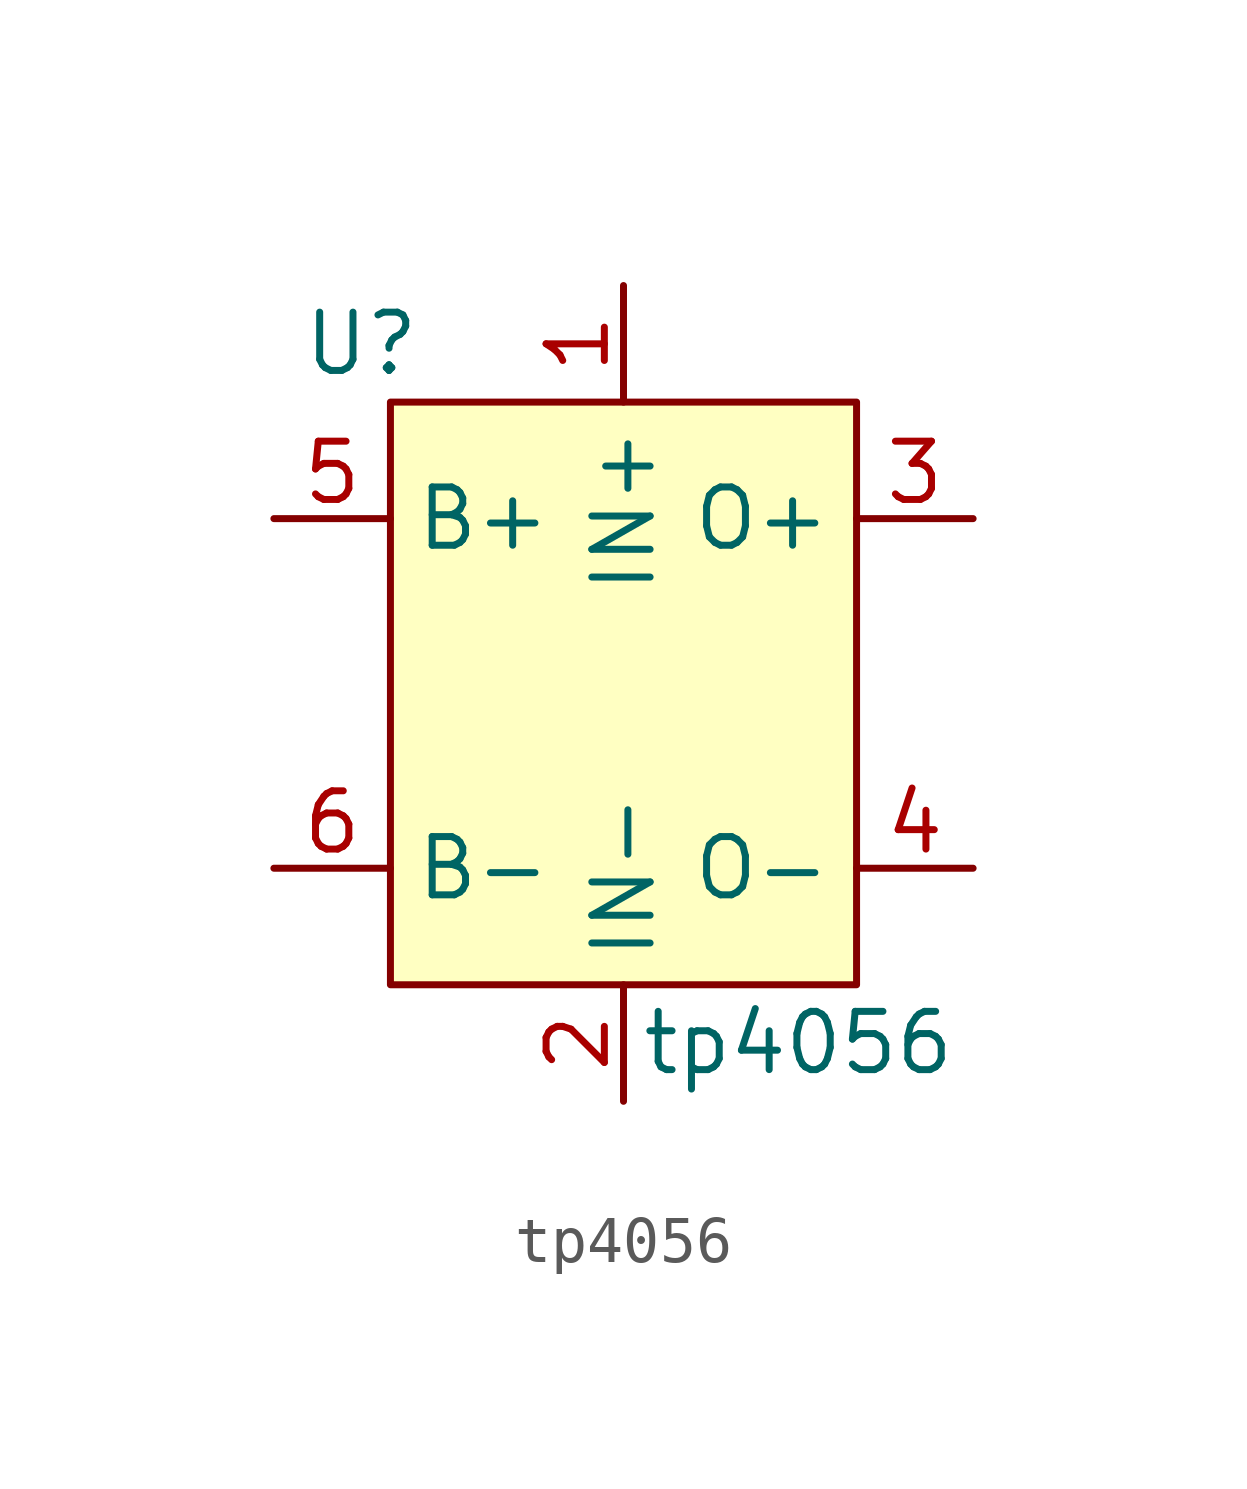
<source format=kicad_sym>
(kicad_symbol_lib
  (version 20211014)
  (generator kicad_symbol_editor)
  (symbol "tp4056"
    (property "Reference" "U"
      (at -5.715 7.62 0)
      (effects (font (size 1.27 1.27))))
    (property "Value" "tp4056"
      (at 3.81 -7.62 0)
      (effects (font (size 1.27 1.27))))
    (symbol "tp4056_0_1"
      (rectangle (start -5.08 6.35) (end 5.08 -6.35) (stroke (width 0) (type default) (color 0 0 0 0)) (fill (type background))))
    (symbol "tp4056_1_1"
      (pin power_in line (at 0 8.89 270) (length 2.54) (name "IN+" (effects (font (size 1.27 1.27)))) (number "1" (effects (font (size 1.27 1.27)))))
      (pin power_in line (at 0 -8.89 90) (length 2.54) (name "IN-" (effects (font (size 1.27 1.27)))) (number "2" (effects (font (size 1.27 1.27)))))
      (pin power_out line (at 7.62 3.81 180) (length 2.54) (name "O+" (effects (font (size 1.27 1.27)))) (number "3" (effects (font (size 1.27 1.27)))))
      (pin power_out line (at 7.62 -3.81 180) (length 2.54) (name "O-" (effects (font (size 1.27 1.27)))) (number "4" (effects (font (size 1.27 1.27)))))
      (pin power_in line (at -7.62 3.81 0) (length 2.54) (name "B+" (effects (font (size 1.27 1.27)))) (number "5" (effects (font (size 1.27 1.27)))))
      (pin power_in line (at -7.62 -3.81 0) (length 2.54) (name "B-" (effects (font (size 1.27 1.27)))) (number "6" (effects (font (size 1.27 1.27))))))))
</source>
